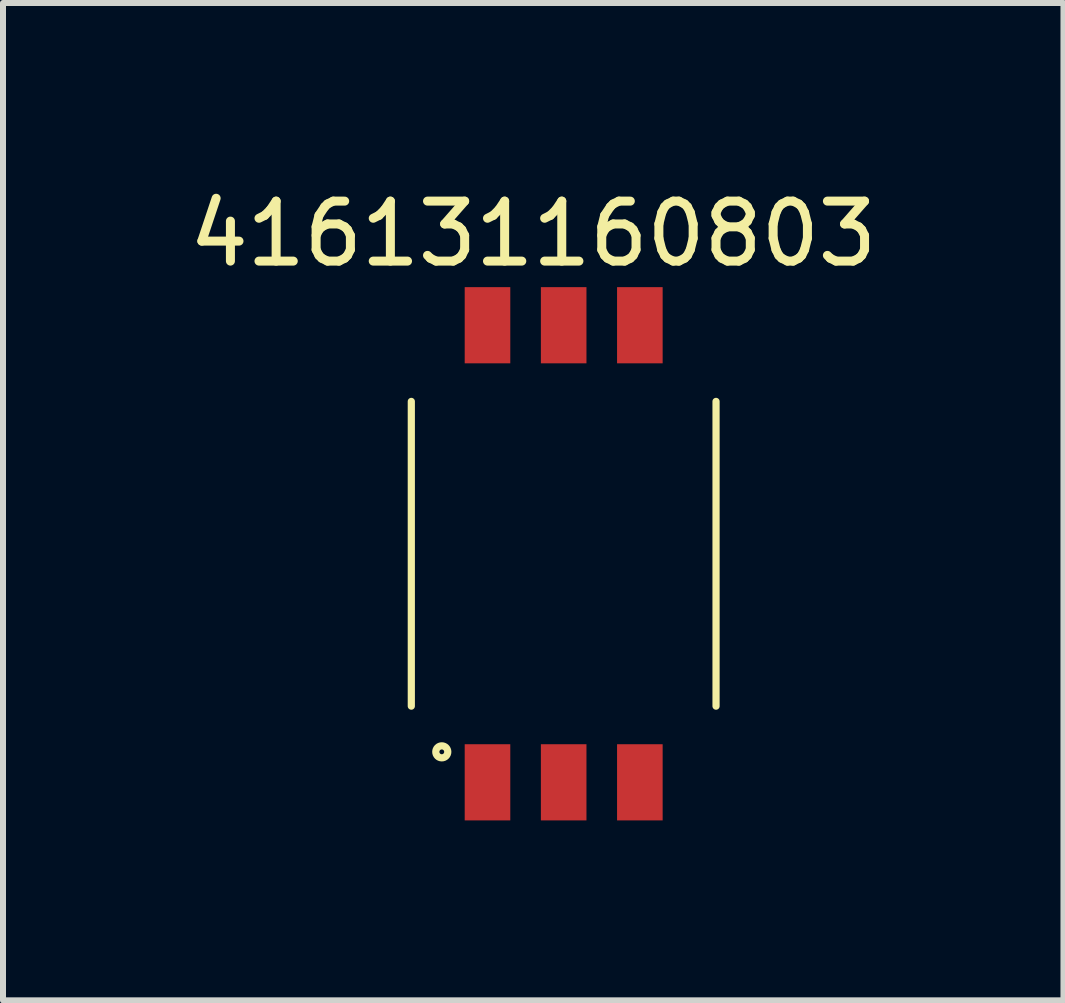
<source format=kicad_pcb>
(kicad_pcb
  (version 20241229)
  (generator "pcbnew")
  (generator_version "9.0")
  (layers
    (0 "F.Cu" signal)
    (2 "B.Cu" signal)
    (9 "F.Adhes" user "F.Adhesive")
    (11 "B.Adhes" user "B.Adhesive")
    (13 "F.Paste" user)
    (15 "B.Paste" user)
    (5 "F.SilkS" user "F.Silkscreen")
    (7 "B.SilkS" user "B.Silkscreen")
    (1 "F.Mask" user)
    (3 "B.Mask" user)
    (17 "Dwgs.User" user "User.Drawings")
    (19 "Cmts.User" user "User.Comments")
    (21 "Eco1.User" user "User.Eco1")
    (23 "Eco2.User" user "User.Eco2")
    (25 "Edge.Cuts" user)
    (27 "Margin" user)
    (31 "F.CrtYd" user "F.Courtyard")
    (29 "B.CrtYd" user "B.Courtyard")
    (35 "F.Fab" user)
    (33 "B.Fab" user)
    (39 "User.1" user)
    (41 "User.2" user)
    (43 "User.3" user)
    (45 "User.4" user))
  (footprint "416131160803"
    (layer "F.Cu")
    (at 6.347 6.182)
    (property "Reference" "416131160803" (at -0.508 -5.334 0) (layer "F.SilkS") (effects (font (size 1 1) (thickness 0.15))))
    (attr through_hole)
    (fp_line (start -2.54 -2.54) (end -2.54 2.54) (stroke (width 0.12) (type solid)) (layer "F.SilkS"))
    (fp_line (start 2.54 -2.54) (end 2.54 2.54) (stroke (width 0.12) (type solid)) (layer "F.SilkS"))
    (fp_circle (center -2.032 3.302) (end -1.932 3.302) (stroke (width 0.12) (type solid)) (fill no) (layer "F.SilkS"))
    (pad "1" smd rect (at -1.27 3.81 90) (size 1.27 0.76) (layers "F.Cu" "F.Mask" "F.Paste"))
    (pad "2" smd rect (at 0 3.81 90) (size 1.27 0.76) (layers "F.Cu" "F.Mask" "F.Paste"))
    (pad "3" smd rect (at 1.27 3.81 90) (size 1.27 0.76) (layers "F.Cu" "F.Mask" "F.Paste"))
    (pad "4" smd rect (at 1.27 -3.81 90) (size 1.27 0.76) (layers "F.Cu" "F.Mask" "F.Paste"))
    (pad "5" smd rect (at 0 -3.81 90) (size 1.27 0.76) (layers "F.Cu" "F.Mask" "F.Paste"))
    (pad "6" smd rect (at -1.27 -3.81 90) (size 1.27 0.76) (layers "F.Cu" "F.Mask" "F.Paste")))
  (gr_rect
    (start -3 -3)
    (end 14.679 13.627)
    (stroke (width 0.1) (type default))
    (fill no)
    (layer "Edge.Cuts")))
</source>
